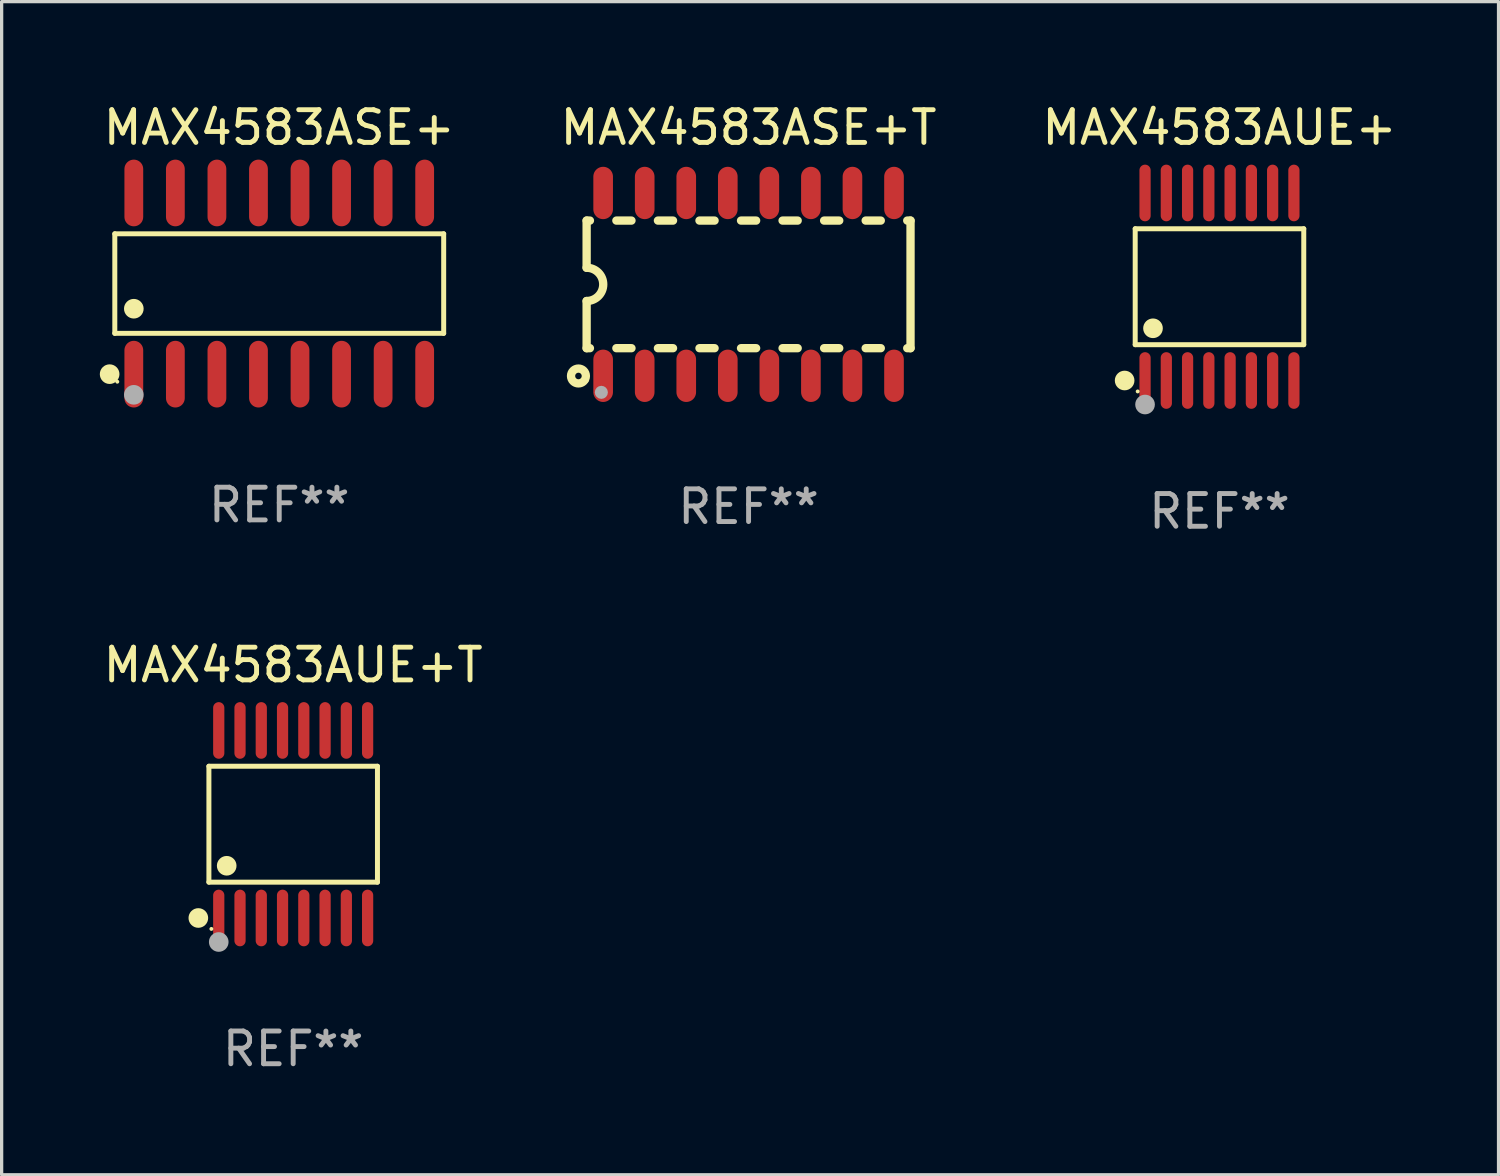
<source format=kicad_pcb>
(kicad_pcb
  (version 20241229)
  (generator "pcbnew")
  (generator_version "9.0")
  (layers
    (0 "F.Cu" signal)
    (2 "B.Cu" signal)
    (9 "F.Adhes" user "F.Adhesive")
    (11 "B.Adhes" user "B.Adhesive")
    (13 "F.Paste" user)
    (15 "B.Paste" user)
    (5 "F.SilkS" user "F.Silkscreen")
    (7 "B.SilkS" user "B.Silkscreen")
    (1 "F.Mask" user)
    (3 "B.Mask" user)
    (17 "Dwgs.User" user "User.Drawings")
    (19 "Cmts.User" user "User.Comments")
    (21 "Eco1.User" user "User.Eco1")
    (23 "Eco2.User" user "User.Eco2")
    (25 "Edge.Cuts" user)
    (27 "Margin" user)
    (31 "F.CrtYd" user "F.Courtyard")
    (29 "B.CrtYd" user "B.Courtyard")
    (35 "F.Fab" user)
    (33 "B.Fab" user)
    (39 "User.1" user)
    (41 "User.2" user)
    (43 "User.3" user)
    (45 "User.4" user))
  (footprint "MAX4583AUE+T"
    (layer "F.Cu")
    (at 5.911 22.142)
    (property "Reference" "MAX4583AUE+T" (at 0 -4.866 0) (layer "F.SilkS") (effects (font (size 1 1) (thickness 0.15))))
    (attr through_hole)
    (fp_line (start -2.576 -1.772) (end 2.576 -1.772) (stroke (width 0.152) (type solid)) (layer "F.SilkS"))
    (fp_line (start -2.576 1.771) (end -2.576 -1.772) (stroke (width 0.152) (type solid)) (layer "F.SilkS"))
    (fp_line (start 2.576 -1.772) (end 2.576 1.771) (stroke (width 0.152) (type solid)) (layer "F.SilkS"))
    (fp_line (start 2.576 1.771) (end -2.576 1.771) (stroke (width 0.152) (type solid)) (layer "F.SilkS"))
    (fp_circle (center -2.899 2.866) (end -2.749 2.866) (stroke (width 0.3) (type solid)) (fill no) (layer "F.SilkS"))
    (fp_circle (center -2.5 3.2) (end -2.47 3.2) (stroke (width 0.06) (type solid)) (fill no) (layer "F.SilkS"))
    (fp_circle (center -2.032 1.27) (end -1.882 1.27) (stroke (width 0.3) (type solid)) (fill no) (layer "F.SilkS"))
    (fp_circle (center -2.275 3.6) (end -2.125 3.6) (stroke (width 0.3) (type solid)) (fill no) (layer "F.Fab"))
    (fp_text user "REF**" (at 0 6.866 0) (layer "F.Fab") (effects (font (size 1 1) (thickness 0.15))))
    (pad "1" smd oval (at -2.275 2.866) (size 0.343 1.731) (layers "F.Cu" "F.Mask" "F.Paste"))
    (pad "2" smd oval (at -1.625 2.866) (size 0.343 1.731) (layers "F.Cu" "F.Mask" "F.Paste"))
    (pad "3" smd oval (at -0.975 2.866) (size 0.343 1.731) (layers "F.Cu" "F.Mask" "F.Paste"))
    (pad "4" smd oval (at -0.325 2.866) (size 0.343 1.731) (layers "F.Cu" "F.Mask" "F.Paste"))
    (pad "5" smd oval (at 0.325 2.866) (size 0.343 1.731) (layers "F.Cu" "F.Mask" "F.Paste"))
    (pad "6" smd oval (at 0.975 2.866) (size 0.343 1.731) (layers "F.Cu" "F.Mask" "F.Paste"))
    (pad "7" smd oval (at 1.625 2.866) (size 0.343 1.731) (layers "F.Cu" "F.Mask" "F.Paste"))
    (pad "8" smd oval (at 2.275 2.866) (size 0.343 1.731) (layers "F.Cu" "F.Mask" "F.Paste"))
    (pad "9" smd oval (at 2.275 -2.866) (size 0.343 1.731) (layers "F.Cu" "F.Mask" "F.Paste"))
    (pad "10" smd oval (at 1.625 -2.866) (size 0.343 1.731) (layers "F.Cu" "F.Mask" "F.Paste"))
    (pad "11" smd oval (at 0.975 -2.866) (size 0.343 1.731) (layers "F.Cu" "F.Mask" "F.Paste"))
    (pad "12" smd oval (at 0.325 -2.866) (size 0.343 1.731) (layers "F.Cu" "F.Mask" "F.Paste"))
    (pad "13" smd oval (at -0.325 -2.866) (size 0.343 1.731) (layers "F.Cu" "F.Mask" "F.Paste"))
    (pad "14" smd oval (at -0.975 -2.866) (size 0.343 1.731) (layers "F.Cu" "F.Mask" "F.Paste"))
    (pad "15" smd oval (at -1.625 -2.866) (size 0.343 1.731) (layers "F.Cu" "F.Mask" "F.Paste"))
    (pad "16" smd oval (at -2.275 -2.866) (size 0.343 1.731) (layers "F.Cu" "F.Mask" "F.Paste")))
  (footprint "MAX4583ASE+"
    (layer "F.Cu")
    (at 5.485 5.617)
    (property "Reference" "MAX4583ASE+" (at 0 -4.769 0) (layer "F.SilkS") (effects (font (size 1 1) (thickness 0.15))))
    (attr through_hole)
    (fp_line (start -5.026 -1.521) (end 5.026 -1.521) (stroke (width 0.152) (type solid)) (layer "F.SilkS"))
    (fp_line (start -5.026 1.521) (end -5.026 -1.521) (stroke (width 0.152) (type solid)) (layer "F.SilkS"))
    (fp_line (start 5.026 -1.521) (end 5.026 1.521) (stroke (width 0.152) (type solid)) (layer "F.SilkS"))
    (fp_line (start 5.026 1.521) (end -5.026 1.521) (stroke (width 0.152) (type solid)) (layer "F.SilkS"))
    (fp_circle (center -5.184 2.769) (end -5.034 2.769) (stroke (width 0.3) (type solid)) (fill no) (layer "F.SilkS"))
    (fp_circle (center -4.95 3) (end -4.92 3) (stroke (width 0.06) (type solid)) (fill no) (layer "F.SilkS"))
    (fp_circle (center -4.445 0.769) (end -4.295 0.769) (stroke (width 0.3) (type solid)) (fill no) (layer "F.SilkS"))
    (fp_circle (center -4.445 3.4) (end -4.295 3.4) (stroke (width 0.3) (type solid)) (fill no) (layer "F.Fab"))
    (fp_text user "REF**" (at 0 6.769 0) (layer "F.Fab") (effects (font (size 1 1) (thickness 0.15))))
    (pad "1" smd oval (at -4.445 2.769) (size 0.574 2.038) (layers "F.Cu" "F.Mask" "F.Paste"))
    (pad "2" smd oval (at -3.175 2.769) (size 0.574 2.038) (layers "F.Cu" "F.Mask" "F.Paste"))
    (pad "3" smd oval (at -1.905 2.769) (size 0.574 2.038) (layers "F.Cu" "F.Mask" "F.Paste"))
    (pad "4" smd oval (at -0.635 2.769) (size 0.574 2.038) (layers "F.Cu" "F.Mask" "F.Paste"))
    (pad "5" smd oval (at 0.635 2.769) (size 0.574 2.038) (layers "F.Cu" "F.Mask" "F.Paste"))
    (pad "6" smd oval (at 1.905 2.769) (size 0.574 2.038) (layers "F.Cu" "F.Mask" "F.Paste"))
    (pad "7" smd oval (at 3.175 2.769) (size 0.574 2.038) (layers "F.Cu" "F.Mask" "F.Paste"))
    (pad "8" smd oval (at 4.445 2.769) (size 0.574 2.038) (layers "F.Cu" "F.Mask" "F.Paste"))
    (pad "9" smd oval (at 4.445 -2.769) (size 0.574 2.038) (layers "F.Cu" "F.Mask" "F.Paste"))
    (pad "10" smd oval (at 3.175 -2.769) (size 0.574 2.038) (layers "F.Cu" "F.Mask" "F.Paste"))
    (pad "11" smd oval (at 1.905 -2.769) (size 0.574 2.038) (layers "F.Cu" "F.Mask" "F.Paste"))
    (pad "12" smd oval (at 0.635 -2.769) (size 0.574 2.038) (layers "F.Cu" "F.Mask" "F.Paste"))
    (pad "13" smd oval (at -0.635 -2.769) (size 0.574 2.038) (layers "F.Cu" "F.Mask" "F.Paste"))
    (pad "14" smd oval (at -1.905 -2.769) (size 0.574 2.038) (layers "F.Cu" "F.Mask" "F.Paste"))
    (pad "15" smd oval (at -3.175 -2.769) (size 0.574 2.038) (layers "F.Cu" "F.Mask" "F.Paste"))
    (pad "16" smd oval (at -4.445 -2.769) (size 0.574 2.038) (layers "F.Cu" "F.Mask" "F.Paste")))
  (footprint "MAX4583ASE+T"
    (layer "F.Cu")
    (at 19.83 5.642)
    (property "Reference" "MAX4583ASE+T" (at 0 -4.794 0) (layer "F.SilkS") (effects (font (size 1 1) (thickness 0.15))))
    (attr through_hole)
    (fp_line (start -4.95 -1.95) (end -4.95 -0.508) (stroke (width 0.254) (type solid)) (layer "F.SilkS"))
    (fp_line (start -4.95 -1.95) (end -4.849 -1.95) (stroke (width 0.254) (type solid)) (layer "F.SilkS"))
    (fp_line (start -4.95 1.95) (end -4.95 0.508) (stroke (width 0.254) (type solid)) (layer "F.SilkS"))
    (fp_line (start -4.95 1.95) (end -4.849 1.95) (stroke (width 0.254) (type solid)) (layer "F.SilkS"))
    (fp_line (start -4.041 -1.95) (end -3.579 -1.95) (stroke (width 0.254) (type solid)) (layer "F.SilkS"))
    (fp_line (start -4.041 1.95) (end -3.579 1.95) (stroke (width 0.254) (type solid)) (layer "F.SilkS"))
    (fp_line (start -2.771 -1.95) (end -2.309 -1.95) (stroke (width 0.254) (type solid)) (layer "F.SilkS"))
    (fp_line (start -2.771 1.95) (end -2.309 1.95) (stroke (width 0.254) (type solid)) (layer "F.SilkS"))
    (fp_line (start -1.501 -1.95) (end -1.039 -1.95) (stroke (width 0.254) (type solid)) (layer "F.SilkS"))
    (fp_line (start -1.501 1.95) (end -1.039 1.95) (stroke (width 0.254) (type solid)) (layer "F.SilkS"))
    (fp_line (start -0.231 -1.95) (end 0.231 -1.95) (stroke (width 0.254) (type solid)) (layer "F.SilkS"))
    (fp_line (start -0.231 1.95) (end 0.231 1.95) (stroke (width 0.254) (type solid)) (layer "F.SilkS"))
    (fp_line (start 1.039 -1.95) (end 1.501 -1.95) (stroke (width 0.254) (type solid)) (layer "F.SilkS"))
    (fp_line (start 1.039 1.95) (end 1.501 1.95) (stroke (width 0.254) (type solid)) (layer "F.SilkS"))
    (fp_line (start 2.309 -1.95) (end 2.771 -1.95) (stroke (width 0.254) (type solid)) (layer "F.SilkS"))
    (fp_line (start 2.309 1.95) (end 2.771 1.95) (stroke (width 0.254) (type solid)) (layer "F.SilkS"))
    (fp_line (start 3.579 -1.95) (end 4.041 -1.95) (stroke (width 0.254) (type solid)) (layer "F.SilkS"))
    (fp_line (start 3.579 1.95) (end 4.041 1.95) (stroke (width 0.254) (type solid)) (layer "F.SilkS"))
    (fp_line (start 4.849 -1.95) (end 4.95 -1.95) (stroke (width 0.254) (type solid)) (layer "F.SilkS"))
    (fp_line (start 4.849 1.95) (end 4.95 1.95) (stroke (width 0.254) (type solid)) (layer "F.SilkS"))
    (fp_line (start 4.95 -1.95) (end 4.95 1.95) (stroke (width 0.254) (type solid)) (layer "F.SilkS"))
    (fp_arc (start -4.95047 -0.508001) (mid -4.442469 -0.000228) (end -4.950013 0.508001) (stroke (width 0.254001) (type solid)) (layer "F.SilkS"))
    (fp_circle (center -5.2 2.8) (end -5.1 2.8) (stroke (width 0.254) (type solid)) (fill no) (layer "F.SilkS"))
    (fp_circle (center -4.95 2.947) (end -4.92 2.947) (stroke (width 0.06) (type solid)) (fill no) (layer "F.SilkS"))
    (fp_circle (center -4.5 3.3) (end -4.4 3.3) (stroke (width 0.2) (type solid)) (fill no) (layer "F.Fab"))
    (fp_text user "REF**" (at 0 6.794 0) (layer "F.Fab") (effects (font (size 1 1) (thickness 0.15))))
    (pad "1" smd oval (at -4.445 2.794) (size 0.6 1.6) (layers "F.Cu" "F.Mask" "F.Paste"))
    (pad "2" smd oval (at -3.175 2.794) (size 0.6 1.6) (layers "F.Cu" "F.Mask" "F.Paste"))
    (pad "3" smd oval (at -1.905 2.794) (size 0.6 1.6) (layers "F.Cu" "F.Mask" "F.Paste"))
    (pad "4" smd oval (at -0.635 2.794) (size 0.6 1.6) (layers "F.Cu" "F.Mask" "F.Paste"))
    (pad "5" smd oval (at 0.635 2.794) (size 0.6 1.6) (layers "F.Cu" "F.Mask" "F.Paste"))
    (pad "6" smd oval (at 1.905 2.794) (size 0.6 1.6) (layers "F.Cu" "F.Mask" "F.Paste"))
    (pad "7" smd oval (at 3.175 2.794) (size 0.6 1.6) (layers "F.Cu" "F.Mask" "F.Paste"))
    (pad "8" smd oval (at 4.445 2.794) (size 0.6 1.6) (layers "F.Cu" "F.Mask" "F.Paste"))
    (pad "9" smd oval (at 4.445 -2.794) (size 0.6 1.6) (layers "F.Cu" "F.Mask" "F.Paste"))
    (pad "10" smd oval (at 3.175 -2.794) (size 0.6 1.6) (layers "F.Cu" "F.Mask" "F.Paste"))
    (pad "11" smd oval (at 1.905 -2.794) (size 0.6 1.6) (layers "F.Cu" "F.Mask" "F.Paste"))
    (pad "12" smd oval (at 0.635 -2.794) (size 0.6 1.6) (layers "F.Cu" "F.Mask" "F.Paste"))
    (pad "13" smd oval (at -0.635 -2.794) (size 0.6 1.6) (layers "F.Cu" "F.Mask" "F.Paste"))
    (pad "14" smd oval (at -1.905 -2.794) (size 0.6 1.6) (layers "F.Cu" "F.Mask" "F.Paste"))
    (pad "15" smd oval (at -3.175 -2.794) (size 0.6 1.6) (layers "F.Cu" "F.Mask" "F.Paste"))
    (pad "16" smd oval (at -4.445 -2.794) (size 0.6 1.6) (layers "F.Cu" "F.Mask" "F.Paste")))
  (footprint "MAX4583AUE+"
    (layer "F.Cu")
    (at 34.223 5.714)
    (property "Reference" "MAX4583AUE+" (at 0 -4.866 0) (layer "F.SilkS") (effects (font (size 1 1) (thickness 0.15))))
    (attr through_hole)
    (fp_line (start -2.576 -1.772) (end 2.576 -1.772) (stroke (width 0.152) (type solid)) (layer "F.SilkS"))
    (fp_line (start -2.576 1.771) (end -2.576 -1.772) (stroke (width 0.152) (type solid)) (layer "F.SilkS"))
    (fp_line (start 2.576 -1.772) (end 2.576 1.771) (stroke (width 0.152) (type solid)) (layer "F.SilkS"))
    (fp_line (start 2.576 1.771) (end -2.576 1.771) (stroke (width 0.152) (type solid)) (layer "F.SilkS"))
    (fp_circle (center -2.899 2.866) (end -2.749 2.866) (stroke (width 0.3) (type solid)) (fill no) (layer "F.SilkS"))
    (fp_circle (center -2.5 3.2) (end -2.47 3.2) (stroke (width 0.06) (type solid)) (fill no) (layer "F.SilkS"))
    (fp_circle (center -2.032 1.27) (end -1.882 1.27) (stroke (width 0.3) (type solid)) (fill no) (layer "F.SilkS"))
    (fp_circle (center -2.275 3.6) (end -2.125 3.6) (stroke (width 0.3) (type solid)) (fill no) (layer "F.Fab"))
    (fp_text user "REF**" (at 0 6.866 0) (layer "F.Fab") (effects (font (size 1 1) (thickness 0.15))))
    (pad "1" smd oval (at -2.275 2.866) (size 0.343 1.731) (layers "F.Cu" "F.Mask" "F.Paste"))
    (pad "2" smd oval (at -1.625 2.866) (size 0.343 1.731) (layers "F.Cu" "F.Mask" "F.Paste"))
    (pad "3" smd oval (at -0.975 2.866) (size 0.343 1.731) (layers "F.Cu" "F.Mask" "F.Paste"))
    (pad "4" smd oval (at -0.325 2.866) (size 0.343 1.731) (layers "F.Cu" "F.Mask" "F.Paste"))
    (pad "5" smd oval (at 0.325 2.866) (size 0.343 1.731) (layers "F.Cu" "F.Mask" "F.Paste"))
    (pad "6" smd oval (at 0.975 2.866) (size 0.343 1.731) (layers "F.Cu" "F.Mask" "F.Paste"))
    (pad "7" smd oval (at 1.625 2.866) (size 0.343 1.731) (layers "F.Cu" "F.Mask" "F.Paste"))
    (pad "8" smd oval (at 2.275 2.866) (size 0.343 1.731) (layers "F.Cu" "F.Mask" "F.Paste"))
    (pad "9" smd oval (at 2.275 -2.866) (size 0.343 1.731) (layers "F.Cu" "F.Mask" "F.Paste"))
    (pad "10" smd oval (at 1.625 -2.866) (size 0.343 1.731) (layers "F.Cu" "F.Mask" "F.Paste"))
    (pad "11" smd oval (at 0.975 -2.866) (size 0.343 1.731) (layers "F.Cu" "F.Mask" "F.Paste"))
    (pad "12" smd oval (at 0.325 -2.866) (size 0.343 1.731) (layers "F.Cu" "F.Mask" "F.Paste"))
    (pad "13" smd oval (at -0.325 -2.866) (size 0.343 1.731) (layers "F.Cu" "F.Mask" "F.Paste"))
    (pad "14" smd oval (at -0.975 -2.866) (size 0.343 1.731) (layers "F.Cu" "F.Mask" "F.Paste"))
    (pad "15" smd oval (at -1.625 -2.866) (size 0.343 1.731) (layers "F.Cu" "F.Mask" "F.Paste"))
    (pad "16" smd oval (at -2.275 -2.866) (size 0.343 1.731) (layers "F.Cu" "F.Mask" "F.Paste")))
  (gr_rect
    (start -3 -3)
    (end 42.752 32.856)
    (stroke (width 0.1) (type default))
    (fill no)
    (layer "Edge.Cuts")))
</source>
